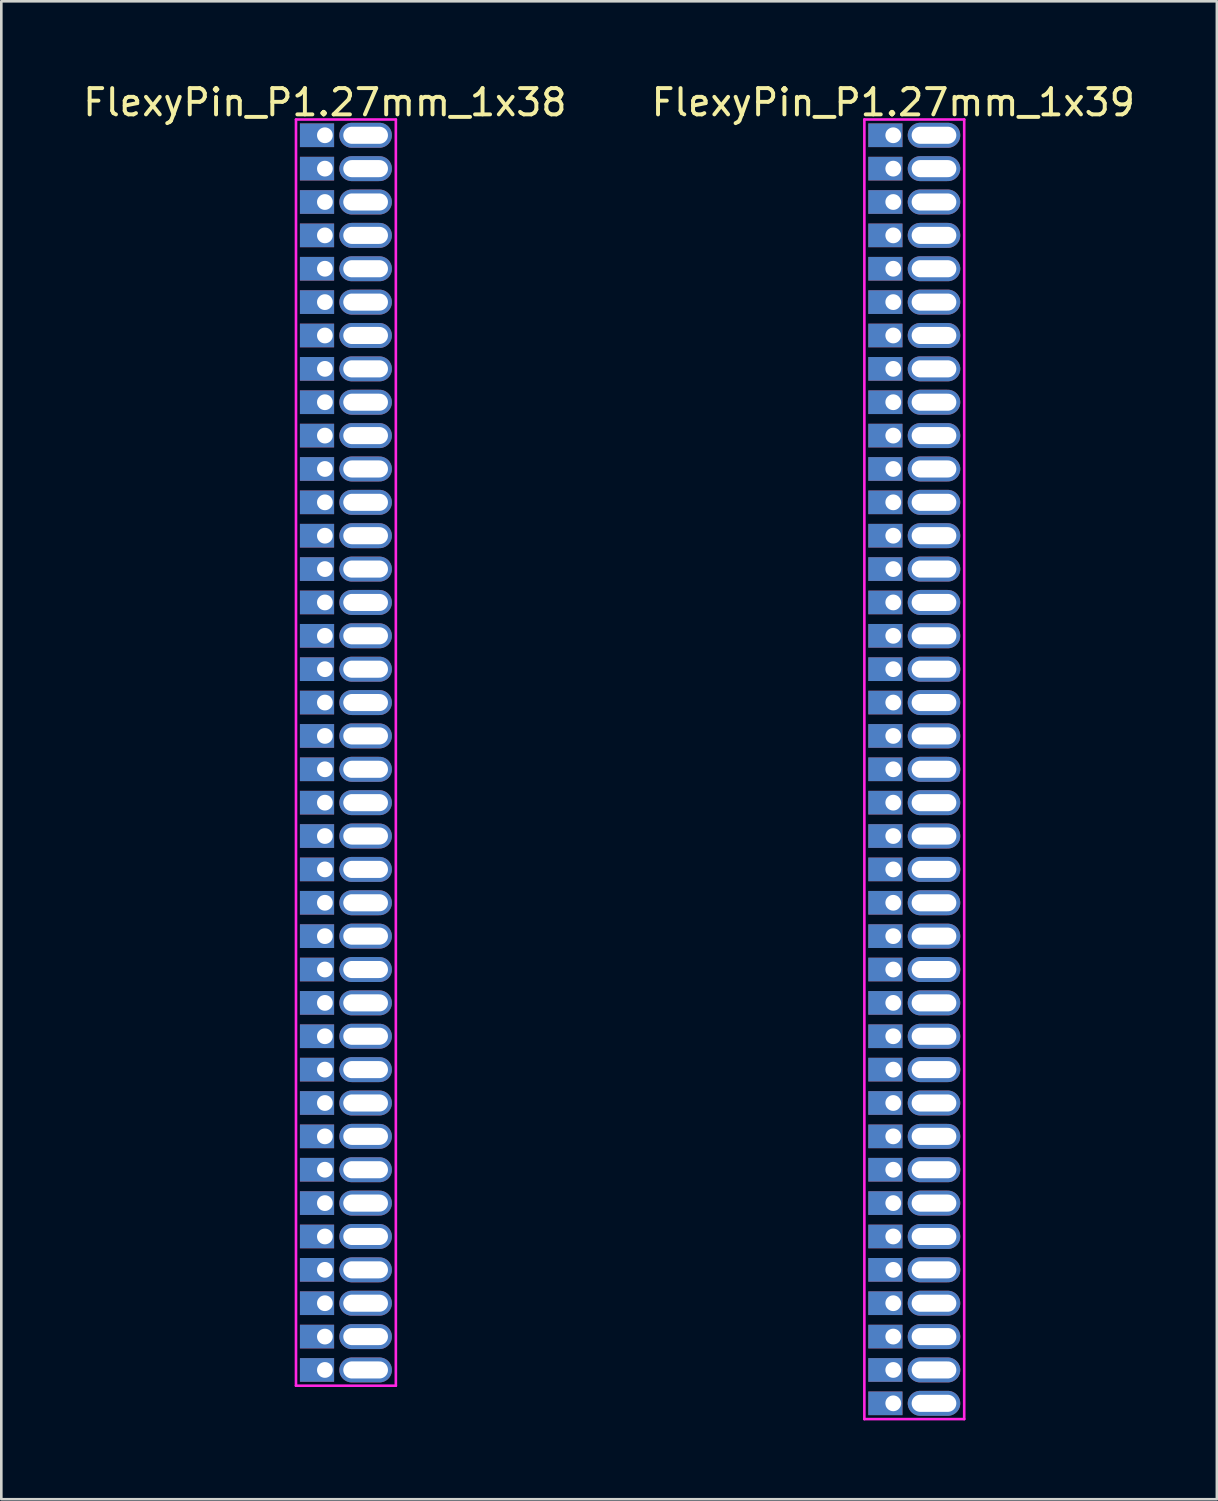
<source format=kicad_pcb>
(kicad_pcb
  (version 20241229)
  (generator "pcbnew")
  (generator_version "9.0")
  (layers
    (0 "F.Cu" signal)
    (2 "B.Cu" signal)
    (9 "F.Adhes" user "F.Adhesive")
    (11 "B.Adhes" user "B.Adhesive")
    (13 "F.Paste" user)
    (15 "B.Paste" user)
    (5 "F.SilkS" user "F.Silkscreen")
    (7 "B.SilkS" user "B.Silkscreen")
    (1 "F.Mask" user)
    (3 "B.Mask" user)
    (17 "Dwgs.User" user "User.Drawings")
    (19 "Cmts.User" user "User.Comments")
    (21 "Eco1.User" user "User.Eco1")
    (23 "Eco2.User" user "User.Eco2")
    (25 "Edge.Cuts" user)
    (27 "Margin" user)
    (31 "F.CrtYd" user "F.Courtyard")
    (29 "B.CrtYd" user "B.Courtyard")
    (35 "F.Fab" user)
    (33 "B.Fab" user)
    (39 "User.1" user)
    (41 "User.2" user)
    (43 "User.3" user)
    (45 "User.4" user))
  (footprint "FlexyPin_P1.27mm_1x39"
    (layer "F.Cu")
    (at 30.946 2.098)
    (property "Reference" "FlexyPin_P1.27mm_1x39" (at 0 -1.25 0) (layer "F.SilkS") (effects (font (size 1 1) (thickness 0.15))))
    (attr through_hole)
    (fp_line (start -1.1 -0.6) (end 2.7 -0.6) (stroke (width 0.1) (type solid)) (layer "F.CrtYd"))
    (fp_line (start -1.1 48.86) (end -1.1 -0.6) (stroke (width 0.1) (type solid)) (layer "F.CrtYd"))
    (fp_line (start 2.7 -0.6) (end 2.7 48.86) (stroke (width 0.1) (type solid)) (layer "F.CrtYd"))
    (fp_line (start 2.7 48.86) (end -1.1 48.86) (stroke (width 0.1) (type solid)) (layer "F.CrtYd"))
    (pad "" thru_hole oval (at 1.55 0) (size 2 0.95) (drill oval 1.7 0.65) (layers "*.Cu" "*.Mask"))
    (pad "" thru_hole oval (at 1.55 1.27) (size 2 0.95) (drill oval 1.7 0.65) (layers "*.Cu" "*.Mask"))
    (pad "" thru_hole oval (at 1.55 2.54) (size 2 0.95) (drill oval 1.7 0.65) (layers "*.Cu" "*.Mask"))
    (pad "" thru_hole oval (at 1.55 3.81) (size 2 0.95) (drill oval 1.7 0.65) (layers "*.Cu" "*.Mask"))
    (pad "" thru_hole oval (at 1.55 5.08) (size 2 0.95) (drill oval 1.7 0.65) (layers "*.Cu" "*.Mask"))
    (pad "" thru_hole oval (at 1.55 6.35) (size 2 0.95) (drill oval 1.7 0.65) (layers "*.Cu" "*.Mask"))
    (pad "" thru_hole oval (at 1.55 7.62) (size 2 0.95) (drill oval 1.7 0.65) (layers "*.Cu" "*.Mask"))
    (pad "" thru_hole oval (at 1.55 8.89) (size 2 0.95) (drill oval 1.7 0.65) (layers "*.Cu" "*.Mask"))
    (pad "" thru_hole oval (at 1.55 10.16) (size 2 0.95) (drill oval 1.7 0.65) (layers "*.Cu" "*.Mask"))
    (pad "" thru_hole oval (at 1.55 11.43) (size 2 0.95) (drill oval 1.7 0.65) (layers "*.Cu" "*.Mask"))
    (pad "" thru_hole oval (at 1.55 12.7) (size 2 0.95) (drill oval 1.7 0.65) (layers "*.Cu" "*.Mask"))
    (pad "" thru_hole oval (at 1.55 13.97) (size 2 0.95) (drill oval 1.7 0.65) (layers "*.Cu" "*.Mask"))
    (pad "" thru_hole oval (at 1.55 15.24) (size 2 0.95) (drill oval 1.7 0.65) (layers "*.Cu" "*.Mask"))
    (pad "" thru_hole oval (at 1.55 16.51) (size 2 0.95) (drill oval 1.7 0.65) (layers "*.Cu" "*.Mask"))
    (pad "" thru_hole oval (at 1.55 17.78) (size 2 0.95) (drill oval 1.7 0.65) (layers "*.Cu" "*.Mask"))
    (pad "" thru_hole oval (at 1.55 19.05) (size 2 0.95) (drill oval 1.7 0.65) (layers "*.Cu" "*.Mask"))
    (pad "" thru_hole oval (at 1.55 20.32) (size 2 0.95) (drill oval 1.7 0.65) (layers "*.Cu" "*.Mask"))
    (pad "" thru_hole oval (at 1.55 21.59) (size 2 0.95) (drill oval 1.7 0.65) (layers "*.Cu" "*.Mask"))
    (pad "" thru_hole oval (at 1.55 22.86) (size 2 0.95) (drill oval 1.7 0.65) (layers "*.Cu" "*.Mask"))
    (pad "" thru_hole oval (at 1.55 24.13) (size 2 0.95) (drill oval 1.7 0.65) (layers "*.Cu" "*.Mask"))
    (pad "" thru_hole oval (at 1.55 25.4) (size 2 0.95) (drill oval 1.7 0.65) (layers "*.Cu" "*.Mask"))
    (pad "" thru_hole oval (at 1.55 26.67) (size 2 0.95) (drill oval 1.7 0.65) (layers "*.Cu" "*.Mask"))
    (pad "" thru_hole oval (at 1.55 27.94) (size 2 0.95) (drill oval 1.7 0.65) (layers "*.Cu" "*.Mask"))
    (pad "" thru_hole oval (at 1.55 29.21) (size 2 0.95) (drill oval 1.7 0.65) (layers "*.Cu" "*.Mask"))
    (pad "" thru_hole oval (at 1.55 30.48) (size 2 0.95) (drill oval 1.7 0.65) (layers "*.Cu" "*.Mask"))
    (pad "" thru_hole oval (at 1.55 31.75) (size 2 0.95) (drill oval 1.7 0.65) (layers "*.Cu" "*.Mask"))
    (pad "" thru_hole oval (at 1.55 33.02) (size 2 0.95) (drill oval 1.7 0.65) (layers "*.Cu" "*.Mask"))
    (pad "" thru_hole oval (at 1.55 34.29) (size 2 0.95) (drill oval 1.7 0.65) (layers "*.Cu" "*.Mask"))
    (pad "" thru_hole oval (at 1.55 35.56) (size 2 0.95) (drill oval 1.7 0.65) (layers "*.Cu" "*.Mask"))
    (pad "" thru_hole oval (at 1.55 36.83) (size 2 0.95) (drill oval 1.7 0.65) (layers "*.Cu" "*.Mask"))
    (pad "" thru_hole oval (at 1.55 38.1) (size 2 0.95) (drill oval 1.7 0.65) (layers "*.Cu" "*.Mask"))
    (pad "" thru_hole oval (at 1.55 39.37) (size 2 0.95) (drill oval 1.7 0.65) (layers "*.Cu" "*.Mask"))
    (pad "" thru_hole oval (at 1.55 40.64) (size 2 0.95) (drill oval 1.7 0.65) (layers "*.Cu" "*.Mask"))
    (pad "" thru_hole oval (at 1.55 41.91) (size 2 0.95) (drill oval 1.7 0.65) (layers "*.Cu" "*.Mask"))
    (pad "" thru_hole oval (at 1.55 43.18) (size 2 0.95) (drill oval 1.7 0.65) (layers "*.Cu" "*.Mask"))
    (pad "" thru_hole oval (at 1.55 44.45) (size 2 0.95) (drill oval 1.7 0.65) (layers "*.Cu" "*.Mask"))
    (pad "" thru_hole oval (at 1.55 45.72) (size 2 0.95) (drill oval 1.7 0.65) (layers "*.Cu" "*.Mask"))
    (pad "" thru_hole oval (at 1.55 46.99) (size 2 0.95) (drill oval 1.7 0.65) (layers "*.Cu" "*.Mask"))
    (pad "" thru_hole oval (at 1.55 48.26) (size 2 0.95) (drill oval 1.7 0.65) (layers "*.Cu" "*.Mask"))
    (pad "1" thru_hole rect (at 0 0) (size 1.3 0.9) (drill 0.6 (offset -0.3 0)) (layers "*.Cu" "*.Mask"))
    (pad "2" thru_hole rect (at 0 1.27) (size 1.3 0.9) (drill 0.6 (offset -0.3 0)) (layers "*.Cu" "*.Mask"))
    (pad "3" thru_hole rect (at 0 2.54) (size 1.3 0.9) (drill 0.6 (offset -0.3 0)) (layers "*.Cu" "*.Mask"))
    (pad "4" thru_hole rect (at 0 3.81) (size 1.3 0.9) (drill 0.6 (offset -0.3 0)) (layers "*.Cu" "*.Mask"))
    (pad "5" thru_hole rect (at 0 5.08) (size 1.3 0.9) (drill 0.6 (offset -0.3 0)) (layers "*.Cu" "*.Mask"))
    (pad "6" thru_hole rect (at 0 6.35) (size 1.3 0.9) (drill 0.6 (offset -0.3 0)) (layers "*.Cu" "*.Mask"))
    (pad "7" thru_hole rect (at 0 7.62) (size 1.3 0.9) (drill 0.6 (offset -0.3 0)) (layers "*.Cu" "*.Mask"))
    (pad "8" thru_hole rect (at 0 8.89) (size 1.3 0.9) (drill 0.6 (offset -0.3 0)) (layers "*.Cu" "*.Mask"))
    (pad "9" thru_hole rect (at 0 10.16) (size 1.3 0.9) (drill 0.6 (offset -0.3 0)) (layers "*.Cu" "*.Mask"))
    (pad "10" thru_hole rect (at 0 11.43) (size 1.3 0.9) (drill 0.6 (offset -0.3 0)) (layers "*.Cu" "*.Mask"))
    (pad "11" thru_hole rect (at 0 12.7) (size 1.3 0.9) (drill 0.6 (offset -0.3 0)) (layers "*.Cu" "*.Mask"))
    (pad "12" thru_hole rect (at 0 13.97) (size 1.3 0.9) (drill 0.6 (offset -0.3 0)) (layers "*.Cu" "*.Mask"))
    (pad "13" thru_hole rect (at 0 15.24) (size 1.3 0.9) (drill 0.6 (offset -0.3 0)) (layers "*.Cu" "*.Mask"))
    (pad "14" thru_hole rect (at 0 16.51) (size 1.3 0.9) (drill 0.6 (offset -0.3 0)) (layers "*.Cu" "*.Mask"))
    (pad "15" thru_hole rect (at 0 17.78) (size 1.3 0.9) (drill 0.6 (offset -0.3 0)) (layers "*.Cu" "*.Mask"))
    (pad "16" thru_hole rect (at 0 19.05) (size 1.3 0.9) (drill 0.6 (offset -0.3 0)) (layers "*.Cu" "*.Mask"))
    (pad "17" thru_hole rect (at 0 20.32) (size 1.3 0.9) (drill 0.6 (offset -0.3 0)) (layers "*.Cu" "*.Mask"))
    (pad "18" thru_hole rect (at 0 21.59) (size 1.3 0.9) (drill 0.6 (offset -0.3 0)) (layers "*.Cu" "*.Mask"))
    (pad "19" thru_hole rect (at 0 22.86) (size 1.3 0.9) (drill 0.6 (offset -0.3 0)) (layers "*.Cu" "*.Mask"))
    (pad "20" thru_hole rect (at 0 24.13) (size 1.3 0.9) (drill 0.6 (offset -0.3 0)) (layers "*.Cu" "*.Mask"))
    (pad "21" thru_hole rect (at 0 25.4) (size 1.3 0.9) (drill 0.6 (offset -0.3 0)) (layers "*.Cu" "*.Mask"))
    (pad "22" thru_hole rect (at 0 26.67) (size 1.3 0.9) (drill 0.6 (offset -0.3 0)) (layers "*.Cu" "*.Mask"))
    (pad "23" thru_hole rect (at 0 27.94) (size 1.3 0.9) (drill 0.6 (offset -0.3 0)) (layers "*.Cu" "*.Mask"))
    (pad "24" thru_hole rect (at 0 29.21) (size 1.3 0.9) (drill 0.6 (offset -0.3 0)) (layers "*.Cu" "*.Mask"))
    (pad "25" thru_hole rect (at 0 30.48) (size 1.3 0.9) (drill 0.6 (offset -0.3 0)) (layers "*.Cu" "*.Mask"))
    (pad "26" thru_hole rect (at 0 31.75) (size 1.3 0.9) (drill 0.6 (offset -0.3 0)) (layers "*.Cu" "*.Mask"))
    (pad "27" thru_hole rect (at 0 33.02) (size 1.3 0.9) (drill 0.6 (offset -0.3 0)) (layers "*.Cu" "*.Mask"))
    (pad "28" thru_hole rect (at 0 34.29) (size 1.3 0.9) (drill 0.6 (offset -0.3 0)) (layers "*.Cu" "*.Mask"))
    (pad "29" thru_hole rect (at 0 35.56) (size 1.3 0.9) (drill 0.6 (offset -0.3 0)) (layers "*.Cu" "*.Mask"))
    (pad "30" thru_hole rect (at 0 36.83) (size 1.3 0.9) (drill 0.6 (offset -0.3 0)) (layers "*.Cu" "*.Mask"))
    (pad "31" thru_hole rect (at 0 38.1) (size 1.3 0.9) (drill 0.6 (offset -0.3 0)) (layers "*.Cu" "*.Mask"))
    (pad "32" thru_hole rect (at 0 39.37) (size 1.3 0.9) (drill 0.6 (offset -0.3 0)) (layers "*.Cu" "*.Mask"))
    (pad "33" thru_hole rect (at 0 40.64) (size 1.3 0.9) (drill 0.6 (offset -0.3 0)) (layers "*.Cu" "*.Mask"))
    (pad "34" thru_hole rect (at 0 41.91) (size 1.3 0.9) (drill 0.6 (offset -0.3 0)) (layers "*.Cu" "*.Mask"))
    (pad "35" thru_hole rect (at 0 43.18) (size 1.3 0.9) (drill 0.6 (offset -0.3 0)) (layers "*.Cu" "*.Mask"))
    (pad "36" thru_hole rect (at 0 44.45) (size 1.3 0.9) (drill 0.6 (offset -0.3 0)) (layers "*.Cu" "*.Mask"))
    (pad "37" thru_hole rect (at 0 45.72) (size 1.3 0.9) (drill 0.6 (offset -0.3 0)) (layers "*.Cu" "*.Mask"))
    (pad "38" thru_hole rect (at 0 46.99) (size 1.3 0.9) (drill 0.6 (offset -0.3 0)) (layers "*.Cu" "*.Mask"))
    (pad "39" thru_hole rect (at 0 48.26) (size 1.3 0.9) (drill 0.6 (offset -0.3 0)) (layers "*.Cu" "*.Mask")))
  (footprint "FlexyPin_P1.27mm_1x38"
    (layer "F.Cu")
    (at 9.315 2.098)
    (property "Reference" "FlexyPin_P1.27mm_1x38" (at 0 -1.25 0) (layer "F.SilkS") (effects (font (size 1 1) (thickness 0.15))))
    (attr through_hole)
    (fp_line (start -1.1 -0.6) (end 2.7 -0.6) (stroke (width 0.1) (type solid)) (layer "F.CrtYd"))
    (fp_line (start -1.1 47.59) (end -1.1 -0.6) (stroke (width 0.1) (type solid)) (layer "F.CrtYd"))
    (fp_line (start 2.7 -0.6) (end 2.7 47.59) (stroke (width 0.1) (type solid)) (layer "F.CrtYd"))
    (fp_line (start 2.7 47.59) (end -1.1 47.59) (stroke (width 0.1) (type solid)) (layer "F.CrtYd"))
    (pad "" thru_hole oval (at 1.55 0) (size 2 0.95) (drill oval 1.7 0.65) (layers "*.Cu" "*.Mask"))
    (pad "" thru_hole oval (at 1.55 1.27) (size 2 0.95) (drill oval 1.7 0.65) (layers "*.Cu" "*.Mask"))
    (pad "" thru_hole oval (at 1.55 2.54) (size 2 0.95) (drill oval 1.7 0.65) (layers "*.Cu" "*.Mask"))
    (pad "" thru_hole oval (at 1.55 3.81) (size 2 0.95) (drill oval 1.7 0.65) (layers "*.Cu" "*.Mask"))
    (pad "" thru_hole oval (at 1.55 5.08) (size 2 0.95) (drill oval 1.7 0.65) (layers "*.Cu" "*.Mask"))
    (pad "" thru_hole oval (at 1.55 6.35) (size 2 0.95) (drill oval 1.7 0.65) (layers "*.Cu" "*.Mask"))
    (pad "" thru_hole oval (at 1.55 7.62) (size 2 0.95) (drill oval 1.7 0.65) (layers "*.Cu" "*.Mask"))
    (pad "" thru_hole oval (at 1.55 8.89) (size 2 0.95) (drill oval 1.7 0.65) (layers "*.Cu" "*.Mask"))
    (pad "" thru_hole oval (at 1.55 10.16) (size 2 0.95) (drill oval 1.7 0.65) (layers "*.Cu" "*.Mask"))
    (pad "" thru_hole oval (at 1.55 11.43) (size 2 0.95) (drill oval 1.7 0.65) (layers "*.Cu" "*.Mask"))
    (pad "" thru_hole oval (at 1.55 12.7) (size 2 0.95) (drill oval 1.7 0.65) (layers "*.Cu" "*.Mask"))
    (pad "" thru_hole oval (at 1.55 13.97) (size 2 0.95) (drill oval 1.7 0.65) (layers "*.Cu" "*.Mask"))
    (pad "" thru_hole oval (at 1.55 15.24) (size 2 0.95) (drill oval 1.7 0.65) (layers "*.Cu" "*.Mask"))
    (pad "" thru_hole oval (at 1.55 16.51) (size 2 0.95) (drill oval 1.7 0.65) (layers "*.Cu" "*.Mask"))
    (pad "" thru_hole oval (at 1.55 17.78) (size 2 0.95) (drill oval 1.7 0.65) (layers "*.Cu" "*.Mask"))
    (pad "" thru_hole oval (at 1.55 19.05) (size 2 0.95) (drill oval 1.7 0.65) (layers "*.Cu" "*.Mask"))
    (pad "" thru_hole oval (at 1.55 20.32) (size 2 0.95) (drill oval 1.7 0.65) (layers "*.Cu" "*.Mask"))
    (pad "" thru_hole oval (at 1.55 21.59) (size 2 0.95) (drill oval 1.7 0.65) (layers "*.Cu" "*.Mask"))
    (pad "" thru_hole oval (at 1.55 22.86) (size 2 0.95) (drill oval 1.7 0.65) (layers "*.Cu" "*.Mask"))
    (pad "" thru_hole oval (at 1.55 24.13) (size 2 0.95) (drill oval 1.7 0.65) (layers "*.Cu" "*.Mask"))
    (pad "" thru_hole oval (at 1.55 25.4) (size 2 0.95) (drill oval 1.7 0.65) (layers "*.Cu" "*.Mask"))
    (pad "" thru_hole oval (at 1.55 26.67) (size 2 0.95) (drill oval 1.7 0.65) (layers "*.Cu" "*.Mask"))
    (pad "" thru_hole oval (at 1.55 27.94) (size 2 0.95) (drill oval 1.7 0.65) (layers "*.Cu" "*.Mask"))
    (pad "" thru_hole oval (at 1.55 29.21) (size 2 0.95) (drill oval 1.7 0.65) (layers "*.Cu" "*.Mask"))
    (pad "" thru_hole oval (at 1.55 30.48) (size 2 0.95) (drill oval 1.7 0.65) (layers "*.Cu" "*.Mask"))
    (pad "" thru_hole oval (at 1.55 31.75) (size 2 0.95) (drill oval 1.7 0.65) (layers "*.Cu" "*.Mask"))
    (pad "" thru_hole oval (at 1.55 33.02) (size 2 0.95) (drill oval 1.7 0.65) (layers "*.Cu" "*.Mask"))
    (pad "" thru_hole oval (at 1.55 34.29) (size 2 0.95) (drill oval 1.7 0.65) (layers "*.Cu" "*.Mask"))
    (pad "" thru_hole oval (at 1.55 35.56) (size 2 0.95) (drill oval 1.7 0.65) (layers "*.Cu" "*.Mask"))
    (pad "" thru_hole oval (at 1.55 36.83) (size 2 0.95) (drill oval 1.7 0.65) (layers "*.Cu" "*.Mask"))
    (pad "" thru_hole oval (at 1.55 38.1) (size 2 0.95) (drill oval 1.7 0.65) (layers "*.Cu" "*.Mask"))
    (pad "" thru_hole oval (at 1.55 39.37) (size 2 0.95) (drill oval 1.7 0.65) (layers "*.Cu" "*.Mask"))
    (pad "" thru_hole oval (at 1.55 40.64) (size 2 0.95) (drill oval 1.7 0.65) (layers "*.Cu" "*.Mask"))
    (pad "" thru_hole oval (at 1.55 41.91) (size 2 0.95) (drill oval 1.7 0.65) (layers "*.Cu" "*.Mask"))
    (pad "" thru_hole oval (at 1.55 43.18) (size 2 0.95) (drill oval 1.7 0.65) (layers "*.Cu" "*.Mask"))
    (pad "" thru_hole oval (at 1.55 44.45) (size 2 0.95) (drill oval 1.7 0.65) (layers "*.Cu" "*.Mask"))
    (pad "" thru_hole oval (at 1.55 45.72) (size 2 0.95) (drill oval 1.7 0.65) (layers "*.Cu" "*.Mask"))
    (pad "" thru_hole oval (at 1.55 46.99) (size 2 0.95) (drill oval 1.7 0.65) (layers "*.Cu" "*.Mask"))
    (pad "1" thru_hole rect (at 0 0) (size 1.3 0.9) (drill 0.6 (offset -0.3 0)) (layers "*.Cu" "*.Mask"))
    (pad "2" thru_hole rect (at 0 1.27) (size 1.3 0.9) (drill 0.6 (offset -0.3 0)) (layers "*.Cu" "*.Mask"))
    (pad "3" thru_hole rect (at 0 2.54) (size 1.3 0.9) (drill 0.6 (offset -0.3 0)) (layers "*.Cu" "*.Mask"))
    (pad "4" thru_hole rect (at 0 3.81) (size 1.3 0.9) (drill 0.6 (offset -0.3 0)) (layers "*.Cu" "*.Mask"))
    (pad "5" thru_hole rect (at 0 5.08) (size 1.3 0.9) (drill 0.6 (offset -0.3 0)) (layers "*.Cu" "*.Mask"))
    (pad "6" thru_hole rect (at 0 6.35) (size 1.3 0.9) (drill 0.6 (offset -0.3 0)) (layers "*.Cu" "*.Mask"))
    (pad "7" thru_hole rect (at 0 7.62) (size 1.3 0.9) (drill 0.6 (offset -0.3 0)) (layers "*.Cu" "*.Mask"))
    (pad "8" thru_hole rect (at 0 8.89) (size 1.3 0.9) (drill 0.6 (offset -0.3 0)) (layers "*.Cu" "*.Mask"))
    (pad "9" thru_hole rect (at 0 10.16) (size 1.3 0.9) (drill 0.6 (offset -0.3 0)) (layers "*.Cu" "*.Mask"))
    (pad "10" thru_hole rect (at 0 11.43) (size 1.3 0.9) (drill 0.6 (offset -0.3 0)) (layers "*.Cu" "*.Mask"))
    (pad "11" thru_hole rect (at 0 12.7) (size 1.3 0.9) (drill 0.6 (offset -0.3 0)) (layers "*.Cu" "*.Mask"))
    (pad "12" thru_hole rect (at 0 13.97) (size 1.3 0.9) (drill 0.6 (offset -0.3 0)) (layers "*.Cu" "*.Mask"))
    (pad "13" thru_hole rect (at 0 15.24) (size 1.3 0.9) (drill 0.6 (offset -0.3 0)) (layers "*.Cu" "*.Mask"))
    (pad "14" thru_hole rect (at 0 16.51) (size 1.3 0.9) (drill 0.6 (offset -0.3 0)) (layers "*.Cu" "*.Mask"))
    (pad "15" thru_hole rect (at 0 17.78) (size 1.3 0.9) (drill 0.6 (offset -0.3 0)) (layers "*.Cu" "*.Mask"))
    (pad "16" thru_hole rect (at 0 19.05) (size 1.3 0.9) (drill 0.6 (offset -0.3 0)) (layers "*.Cu" "*.Mask"))
    (pad "17" thru_hole rect (at 0 20.32) (size 1.3 0.9) (drill 0.6 (offset -0.3 0)) (layers "*.Cu" "*.Mask"))
    (pad "18" thru_hole rect (at 0 21.59) (size 1.3 0.9) (drill 0.6 (offset -0.3 0)) (layers "*.Cu" "*.Mask"))
    (pad "19" thru_hole rect (at 0 22.86) (size 1.3 0.9) (drill 0.6 (offset -0.3 0)) (layers "*.Cu" "*.Mask"))
    (pad "20" thru_hole rect (at 0 24.13) (size 1.3 0.9) (drill 0.6 (offset -0.3 0)) (layers "*.Cu" "*.Mask"))
    (pad "21" thru_hole rect (at 0 25.4) (size 1.3 0.9) (drill 0.6 (offset -0.3 0)) (layers "*.Cu" "*.Mask"))
    (pad "22" thru_hole rect (at 0 26.67) (size 1.3 0.9) (drill 0.6 (offset -0.3 0)) (layers "*.Cu" "*.Mask"))
    (pad "23" thru_hole rect (at 0 27.94) (size 1.3 0.9) (drill 0.6 (offset -0.3 0)) (layers "*.Cu" "*.Mask"))
    (pad "24" thru_hole rect (at 0 29.21) (size 1.3 0.9) (drill 0.6 (offset -0.3 0)) (layers "*.Cu" "*.Mask"))
    (pad "25" thru_hole rect (at 0 30.48) (size 1.3 0.9) (drill 0.6 (offset -0.3 0)) (layers "*.Cu" "*.Mask"))
    (pad "26" thru_hole rect (at 0 31.75) (size 1.3 0.9) (drill 0.6 (offset -0.3 0)) (layers "*.Cu" "*.Mask"))
    (pad "27" thru_hole rect (at 0 33.02) (size 1.3 0.9) (drill 0.6 (offset -0.3 0)) (layers "*.Cu" "*.Mask"))
    (pad "28" thru_hole rect (at 0 34.29) (size 1.3 0.9) (drill 0.6 (offset -0.3 0)) (layers "*.Cu" "*.Mask"))
    (pad "29" thru_hole rect (at 0 35.56) (size 1.3 0.9) (drill 0.6 (offset -0.3 0)) (layers "*.Cu" "*.Mask"))
    (pad "30" thru_hole rect (at 0 36.83) (size 1.3 0.9) (drill 0.6 (offset -0.3 0)) (layers "*.Cu" "*.Mask"))
    (pad "31" thru_hole rect (at 0 38.1) (size 1.3 0.9) (drill 0.6 (offset -0.3 0)) (layers "*.Cu" "*.Mask"))
    (pad "32" thru_hole rect (at 0 39.37) (size 1.3 0.9) (drill 0.6 (offset -0.3 0)) (layers "*.Cu" "*.Mask"))
    (pad "33" thru_hole rect (at 0 40.64) (size 1.3 0.9) (drill 0.6 (offset -0.3 0)) (layers "*.Cu" "*.Mask"))
    (pad "34" thru_hole rect (at 0 41.91) (size 1.3 0.9) (drill 0.6 (offset -0.3 0)) (layers "*.Cu" "*.Mask"))
    (pad "35" thru_hole rect (at 0 43.18) (size 1.3 0.9) (drill 0.6 (offset -0.3 0)) (layers "*.Cu" "*.Mask"))
    (pad "36" thru_hole rect (at 0 44.45) (size 1.3 0.9) (drill 0.6 (offset -0.3 0)) (layers "*.Cu" "*.Mask"))
    (pad "37" thru_hole rect (at 0 45.72) (size 1.3 0.9) (drill 0.6 (offset -0.3 0)) (layers "*.Cu" "*.Mask"))
    (pad "38" thru_hole rect (at 0 46.99) (size 1.3 0.9) (drill 0.6 (offset -0.3 0)) (layers "*.Cu" "*.Mask")))
  (gr_rect
    (start -3 -3)
    (end 43.262 54.008)
    (stroke (width 0.1) (type default))
    (fill no)
    (layer "Edge.Cuts")))
</source>
